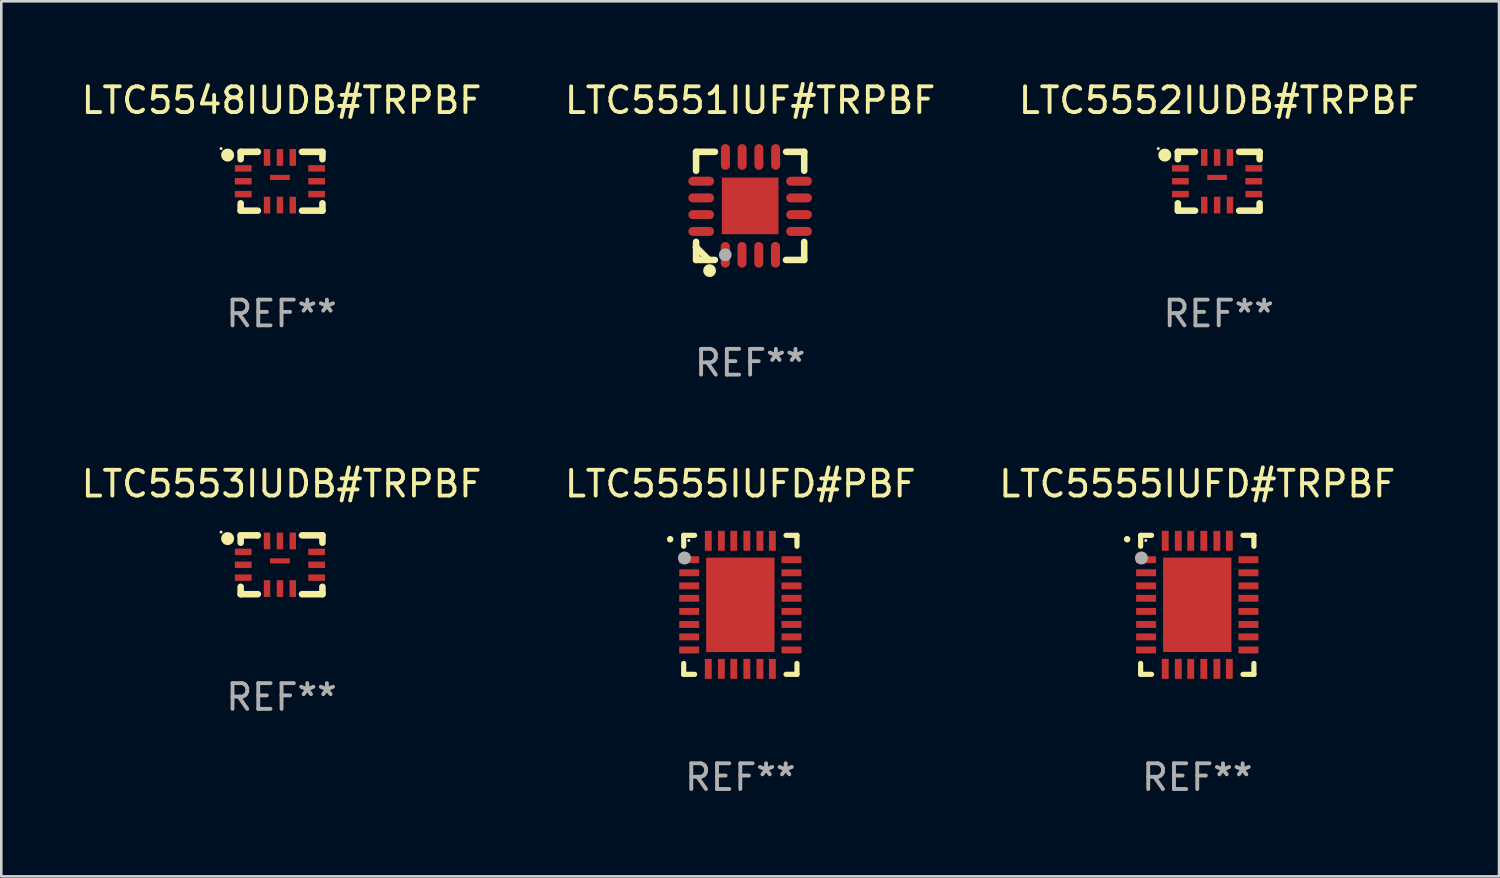
<source format=kicad_pcb>
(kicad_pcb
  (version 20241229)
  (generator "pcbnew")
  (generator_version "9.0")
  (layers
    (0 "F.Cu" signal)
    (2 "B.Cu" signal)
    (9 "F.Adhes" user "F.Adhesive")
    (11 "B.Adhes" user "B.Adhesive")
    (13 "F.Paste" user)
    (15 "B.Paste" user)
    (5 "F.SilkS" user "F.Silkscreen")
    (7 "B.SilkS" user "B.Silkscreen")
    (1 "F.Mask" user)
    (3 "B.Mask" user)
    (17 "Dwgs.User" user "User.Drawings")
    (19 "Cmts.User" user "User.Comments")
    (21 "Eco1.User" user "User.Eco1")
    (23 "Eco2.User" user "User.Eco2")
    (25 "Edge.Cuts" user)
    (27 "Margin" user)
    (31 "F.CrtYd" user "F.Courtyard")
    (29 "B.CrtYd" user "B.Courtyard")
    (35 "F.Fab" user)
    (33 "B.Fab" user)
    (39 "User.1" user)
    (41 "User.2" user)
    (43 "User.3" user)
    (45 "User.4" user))
  (footprint "LTC5555IUFD#TRPBF"
    (layer "F.Cu")
    (at 43.458 20.445)
    (property "Reference" "LTC5555IUFD#TRPBF" (at 0 -4.7 0) (layer "F.SilkS") (effects (font (size 1 1) (thickness 0.15))))
    (attr through_hole)
    (fp_line (start -2.2 -2.7) (end -1.775 -2.7) (stroke (width 0.201) (type solid)) (layer "F.SilkS"))
    (fp_line (start -2.2 -2.276) (end -2.2 -2.7) (stroke (width 0.201) (type solid)) (layer "F.SilkS"))
    (fp_line (start -2.2 2.276) (end -2.2 2.7) (stroke (width 0.201) (type solid)) (layer "F.SilkS"))
    (fp_line (start -2.2 2.7) (end -1.775 2.7) (stroke (width 0.201) (type solid)) (layer "F.SilkS"))
    (fp_line (start 1.775 -2.7) (end 2.2 -2.7) (stroke (width 0.201) (type solid)) (layer "F.SilkS"))
    (fp_line (start 1.775 2.7) (end 2.2 2.7) (stroke (width 0.201) (type solid)) (layer "F.SilkS"))
    (fp_line (start 2.2 -2.7) (end 2.2 -2.276) (stroke (width 0.201) (type solid)) (layer "F.SilkS"))
    (fp_line (start 2.2 2.7) (end 2.2 2.276) (stroke (width 0.201) (type solid)) (layer "F.SilkS"))
    (fp_arc (start -2.725425 -2.547625) (mid -2.725431 -2.548895) (end -2.725425 -2.550165) (stroke (width 0.24892) (type solid)) (layer "F.SilkS"))
    (fp_circle (center -2 -2.5) (end -1.97 -2.5) (stroke (width 0.06) (type solid)) (fill no) (layer "F.SilkS"))
    (fp_circle (center -2.17 -1.82) (end -2.043 -1.82) (stroke (width 0.254) (type solid)) (fill no) (layer "F.Fab"))
    (fp_text user "REF**" (at 0 6.7 0) (layer "F.Fab") (effects (font (size 1 1) (thickness 0.15))))
    (pad "1" smd rect (at -1.987 -1.753 90) (size 0.267 0.775) (layers "F.Cu" "F.Mask" "F.Paste"))
    (pad "2" smd rect (at -1.987 -1.245 90) (size 0.267 0.775) (layers "F.Cu" "F.Mask" "F.Paste"))
    (pad "3" smd rect (at -1.987 -0.737 90) (size 0.267 0.775) (layers "F.Cu" "F.Mask" "F.Paste"))
    (pad "4" smd rect (at -1.987 -0.254 90) (size 0.267 0.775) (layers "F.Cu" "F.Mask" "F.Paste"))
    (pad "5" smd rect (at -1.987 0.254 90) (size 0.267 0.775) (layers "F.Cu" "F.Mask" "F.Paste"))
    (pad "6" smd rect (at -1.987 0.762 90) (size 0.267 0.775) (layers "F.Cu" "F.Mask" "F.Paste"))
    (pad "7" smd rect (at -1.987 1.245 90) (size 0.267 0.775) (layers "F.Cu" "F.Mask" "F.Paste"))
    (pad "8" smd rect (at -1.987 1.753 90) (size 0.267 0.775) (layers "F.Cu" "F.Mask" "F.Paste"))
    (pad "9" smd rect (at -1.245 2.487) (size 0.267 0.775) (layers "F.Cu" "F.Mask" "F.Paste"))
    (pad "10" smd rect (at -0.737 2.487) (size 0.267 0.775) (layers "F.Cu" "F.Mask" "F.Paste"))
    (pad "11" smd rect (at -0.254 2.487) (size 0.267 0.775) (layers "F.Cu" "F.Mask" "F.Paste"))
    (pad "12" smd rect (at 0.254 2.487) (size 0.267 0.775) (layers "F.Cu" "F.Mask" "F.Paste"))
    (pad "13" smd rect (at 0.762 2.487) (size 0.267 0.775) (layers "F.Cu" "F.Mask" "F.Paste"))
    (pad "14" smd rect (at 1.245 2.487) (size 0.267 0.775) (layers "F.Cu" "F.Mask" "F.Paste"))
    (pad "15" smd rect (at 1.987 1.753 90) (size 0.267 0.775) (layers "F.Cu" "F.Mask" "F.Paste"))
    (pad "16" smd rect (at 1.987 1.245 90) (size 0.267 0.775) (layers "F.Cu" "F.Mask" "F.Paste"))
    (pad "17" smd rect (at 1.987 0.762 90) (size 0.267 0.775) (layers "F.Cu" "F.Mask" "F.Paste"))
    (pad "18" smd rect (at 1.987 0.254 90) (size 0.267 0.775) (layers "F.Cu" "F.Mask" "F.Paste"))
    (pad "19" smd rect (at 1.987 -0.254 90) (size 0.267 0.775) (layers "F.Cu" "F.Mask" "F.Paste"))
    (pad "20" smd rect (at 1.987 -0.737 90) (size 0.267 0.775) (layers "F.Cu" "F.Mask" "F.Paste"))
    (pad "21" smd rect (at 1.987 -1.245 90) (size 0.267 0.775) (layers "F.Cu" "F.Mask" "F.Paste"))
    (pad "22" smd rect (at 1.987 -1.753 90) (size 0.267 0.775) (layers "F.Cu" "F.Mask" "F.Paste"))
    (pad "23" smd rect (at 1.245 -2.487) (size 0.267 0.775) (layers "F.Cu" "F.Mask" "F.Paste"))
    (pad "24" smd rect (at 0.762 -2.487) (size 0.267 0.775) (layers "F.Cu" "F.Mask" "F.Paste"))
    (pad "25" smd rect (at 0.254 -2.487) (size 0.267 0.775) (layers "F.Cu" "F.Mask" "F.Paste"))
    (pad "26" smd rect (at -0.254 -2.487) (size 0.267 0.775) (layers "F.Cu" "F.Mask" "F.Paste"))
    (pad "27" smd rect (at -0.737 -2.487) (size 0.267 0.775) (layers "F.Cu" "F.Mask" "F.Paste"))
    (pad "28" smd rect (at -1.245 -2.487) (size 0.267 0.775) (layers "F.Cu" "F.Mask" "F.Paste"))
    (pad "29" smd rect (at 0.000102 -0.000051) (size 2.654 3.67) (layers "F.Cu" "F.Mask" "F.Paste")))
  (footprint "LTC5552IUDB#TRPBF"
    (layer "F.Cu")
    (at 44.292 3.991)
    (property "Reference" "LTC5552IUDB#TRPBF" (at 0 -3.143 0) (layer "F.SilkS") (effects (font (size 1 1) (thickness 0.15))))
    (attr through_hole)
    (fp_line (start -1.588 -1.143) (end -1.588 -0.856) (stroke (width 0.254) (type solid)) (layer "F.SilkS"))
    (fp_line (start -1.588 0.856) (end -1.588 1.143) (stroke (width 0.254) (type solid)) (layer "F.SilkS"))
    (fp_line (start -1.588 1.143) (end -0.92 1.143) (stroke (width 0.254) (type solid)) (layer "F.SilkS"))
    (fp_line (start -0.953 -1.143) (end -1.588 -1.143) (stroke (width 0.254) (type solid)) (layer "F.SilkS"))
    (fp_line (start -0.92 -1.143) (end -0.953 -1.143) (stroke (width 0.254) (type solid)) (layer "F.SilkS"))
    (fp_line (start 0.793 1.143) (end 1.588 1.143) (stroke (width 0.254) (type solid)) (layer "F.SilkS"))
    (fp_line (start 1.588 -1.143) (end 0.793 -1.143) (stroke (width 0.254) (type solid)) (layer "F.SilkS"))
    (fp_line (start 1.588 -0.856) (end 1.588 -1.143) (stroke (width 0.254) (type solid)) (layer "F.SilkS"))
    (fp_line (start 1.588 1.143) (end 1.588 0.856) (stroke (width 0.254) (type solid)) (layer "F.SilkS"))
    (fp_circle (center -2.349 -1.27) (end -2.319 -1.27) (stroke (width 0.06) (type solid)) (fill no) (layer "F.SilkS"))
    (fp_circle (center -2.095 -1.016) (end -1.968 -1.016) (stroke (width 0.254) (type solid)) (fill no) (layer "F.SilkS"))
    (fp_text user "REF**" (at 0 5.143 0) (layer "F.Fab") (effects (font (size 1 1) (thickness 0.15))))
    (pad "1" smd rect (at -1.489 -0.5 90) (size 0.25 0.65) (layers "F.Cu" "F.Mask" "F.Paste"))
    (pad "2" smd rect (at -1.489 0.000127 90) (size 0.25 0.65) (layers "F.Cu" "F.Mask" "F.Paste"))
    (pad "3" smd rect (at -1.489 0.5 90) (size 0.25 0.65) (layers "F.Cu" "F.Mask" "F.Paste"))
    (pad "4" smd rect (at -0.564 0.925 180) (size 0.25 0.65) (layers "F.Cu" "F.Mask" "F.Paste"))
    (pad "5" smd rect (at -0.063 0.925 180) (size 0.25 0.65) (layers "F.Cu" "F.Mask" "F.Paste"))
    (pad "6" smd rect (at 0.436 0.925 180) (size 0.25 0.65) (layers "F.Cu" "F.Mask" "F.Paste"))
    (pad "7" smd rect (at 1.362 0.5 270) (size 0.25 0.65) (layers "F.Cu" "F.Mask" "F.Paste"))
    (pad "8" smd rect (at 1.362 0.000127 270) (size 0.25 0.65) (layers "F.Cu" "F.Mask" "F.Paste"))
    (pad "9" smd rect (at 1.362 -0.5 270) (size 0.25 0.65) (layers "F.Cu" "F.Mask" "F.Paste"))
    (pad "10" smd rect (at 0.436 -0.925) (size 0.25 0.65) (layers "F.Cu" "F.Mask" "F.Paste"))
    (pad "11" smd rect (at -0.063 -0.925) (size 0.25 0.65) (layers "F.Cu" "F.Mask" "F.Paste"))
    (pad "12" smd rect (at -0.564 -0.925) (size 0.25 0.65) (layers "F.Cu" "F.Mask" "F.Paste"))
    (pad "13" smd rect (at -0.063 -0.15 90) (size 0.2 0.77) (layers "F.Cu" "F.Mask" "F.Paste")))
  (footprint "LTC5553IUDB#TRPBF"
    (layer "F.Cu")
    (at 7.887 18.888)
    (property "Reference" "LTC5553IUDB#TRPBF" (at 0 -3.143 0) (layer "F.SilkS") (effects (font (size 1 1) (thickness 0.15))))
    (attr through_hole)
    (fp_line (start -1.588 -1.143) (end -1.588 -0.856) (stroke (width 0.254) (type solid)) (layer "F.SilkS"))
    (fp_line (start -1.588 0.856) (end -1.588 1.143) (stroke (width 0.254) (type solid)) (layer "F.SilkS"))
    (fp_line (start -1.588 1.143) (end -0.92 1.143) (stroke (width 0.254) (type solid)) (layer "F.SilkS"))
    (fp_line (start -0.953 -1.143) (end -1.588 -1.143) (stroke (width 0.254) (type solid)) (layer "F.SilkS"))
    (fp_line (start -0.92 -1.143) (end -0.953 -1.143) (stroke (width 0.254) (type solid)) (layer "F.SilkS"))
    (fp_line (start 0.793 1.143) (end 1.588 1.143) (stroke (width 0.254) (type solid)) (layer "F.SilkS"))
    (fp_line (start 1.588 -1.143) (end 0.793 -1.143) (stroke (width 0.254) (type solid)) (layer "F.SilkS"))
    (fp_line (start 1.588 -0.856) (end 1.588 -1.143) (stroke (width 0.254) (type solid)) (layer "F.SilkS"))
    (fp_line (start 1.588 1.143) (end 1.588 0.856) (stroke (width 0.254) (type solid)) (layer "F.SilkS"))
    (fp_circle (center -2.349 -1.27) (end -2.319 -1.27) (stroke (width 0.06) (type solid)) (fill no) (layer "F.SilkS"))
    (fp_circle (center -2.095 -1.016) (end -1.968 -1.016) (stroke (width 0.254) (type solid)) (fill no) (layer "F.SilkS"))
    (fp_text user "REF**" (at 0 5.143 0) (layer "F.Fab") (effects (font (size 1 1) (thickness 0.15))))
    (pad "1" smd rect (at -1.489 -0.5 90) (size 0.25 0.65) (layers "F.Cu" "F.Mask" "F.Paste"))
    (pad "2" smd rect (at -1.489 0.000127 90) (size 0.25 0.65) (layers "F.Cu" "F.Mask" "F.Paste"))
    (pad "3" smd rect (at -1.489 0.5 90) (size 0.25 0.65) (layers "F.Cu" "F.Mask" "F.Paste"))
    (pad "4" smd rect (at -0.564 0.925 180) (size 0.25 0.65) (layers "F.Cu" "F.Mask" "F.Paste"))
    (pad "5" smd rect (at -0.063 0.925 180) (size 0.25 0.65) (layers "F.Cu" "F.Mask" "F.Paste"))
    (pad "6" smd rect (at 0.436 0.925 180) (size 0.25 0.65) (layers "F.Cu" "F.Mask" "F.Paste"))
    (pad "7" smd rect (at 1.362 0.5 270) (size 0.25 0.65) (layers "F.Cu" "F.Mask" "F.Paste"))
    (pad "8" smd rect (at 1.362 0.000127 270) (size 0.25 0.65) (layers "F.Cu" "F.Mask" "F.Paste"))
    (pad "9" smd rect (at 1.362 -0.5 270) (size 0.25 0.65) (layers "F.Cu" "F.Mask" "F.Paste"))
    (pad "10" smd rect (at 0.436 -0.925) (size 0.25 0.65) (layers "F.Cu" "F.Mask" "F.Paste"))
    (pad "11" smd rect (at -0.063 -0.925) (size 0.25 0.65) (layers "F.Cu" "F.Mask" "F.Paste"))
    (pad "12" smd rect (at -0.564 -0.925) (size 0.25 0.65) (layers "F.Cu" "F.Mask" "F.Paste"))
    (pad "13" smd rect (at -0.063 -0.15 90) (size 0.2 0.77) (layers "F.Cu" "F.Mask" "F.Paste")))
  (footprint "LTC5555IUFD#PBF"
    (layer "F.Cu")
    (at 25.708 20.445)
    (property "Reference" "LTC5555IUFD#PBF" (at 0 -4.7 0) (layer "F.SilkS") (effects (font (size 1 1) (thickness 0.15))))
    (attr through_hole)
    (fp_line (start -2.2 -2.7) (end -1.775 -2.7) (stroke (width 0.201) (type solid)) (layer "F.SilkS"))
    (fp_line (start -2.2 -2.276) (end -2.2 -2.7) (stroke (width 0.201) (type solid)) (layer "F.SilkS"))
    (fp_line (start -2.2 2.276) (end -2.2 2.7) (stroke (width 0.201) (type solid)) (layer "F.SilkS"))
    (fp_line (start -2.2 2.7) (end -1.775 2.7) (stroke (width 0.201) (type solid)) (layer "F.SilkS"))
    (fp_line (start 1.775 -2.7) (end 2.2 -2.7) (stroke (width 0.201) (type solid)) (layer "F.SilkS"))
    (fp_line (start 1.775 2.7) (end 2.2 2.7) (stroke (width 0.201) (type solid)) (layer "F.SilkS"))
    (fp_line (start 2.2 -2.7) (end 2.2 -2.276) (stroke (width 0.201) (type solid)) (layer "F.SilkS"))
    (fp_line (start 2.2 2.7) (end 2.2 2.276) (stroke (width 0.201) (type solid)) (layer "F.SilkS"))
    (fp_arc (start -2.725425 -2.547625) (mid -2.725431 -2.548895) (end -2.725425 -2.550165) (stroke (width 0.24892) (type solid)) (layer "F.SilkS"))
    (fp_circle (center -2 -2.5) (end -1.97 -2.5) (stroke (width 0.06) (type solid)) (fill no) (layer "F.SilkS"))
    (fp_circle (center -2.17 -1.82) (end -2.043 -1.82) (stroke (width 0.254) (type solid)) (fill no) (layer "F.Fab"))
    (fp_text user "REF**" (at 0 6.7 0) (layer "F.Fab") (effects (font (size 1 1) (thickness 0.15))))
    (pad "1" smd rect (at -1.987 -1.753 90) (size 0.267 0.775) (layers "F.Cu" "F.Mask" "F.Paste"))
    (pad "2" smd rect (at -1.987 -1.245 90) (size 0.267 0.775) (layers "F.Cu" "F.Mask" "F.Paste"))
    (pad "3" smd rect (at -1.987 -0.737 90) (size 0.267 0.775) (layers "F.Cu" "F.Mask" "F.Paste"))
    (pad "4" smd rect (at -1.987 -0.254 90) (size 0.267 0.775) (layers "F.Cu" "F.Mask" "F.Paste"))
    (pad "5" smd rect (at -1.987 0.254 90) (size 0.267 0.775) (layers "F.Cu" "F.Mask" "F.Paste"))
    (pad "6" smd rect (at -1.987 0.762 90) (size 0.267 0.775) (layers "F.Cu" "F.Mask" "F.Paste"))
    (pad "7" smd rect (at -1.987 1.245 90) (size 0.267 0.775) (layers "F.Cu" "F.Mask" "F.Paste"))
    (pad "8" smd rect (at -1.987 1.753 90) (size 0.267 0.775) (layers "F.Cu" "F.Mask" "F.Paste"))
    (pad "9" smd rect (at -1.245 2.487) (size 0.267 0.775) (layers "F.Cu" "F.Mask" "F.Paste"))
    (pad "10" smd rect (at -0.737 2.487) (size 0.267 0.775) (layers "F.Cu" "F.Mask" "F.Paste"))
    (pad "11" smd rect (at -0.254 2.487) (size 0.267 0.775) (layers "F.Cu" "F.Mask" "F.Paste"))
    (pad "12" smd rect (at 0.254 2.487) (size 0.267 0.775) (layers "F.Cu" "F.Mask" "F.Paste"))
    (pad "13" smd rect (at 0.762 2.487) (size 0.267 0.775) (layers "F.Cu" "F.Mask" "F.Paste"))
    (pad "14" smd rect (at 1.245 2.487) (size 0.267 0.775) (layers "F.Cu" "F.Mask" "F.Paste"))
    (pad "15" smd rect (at 1.987 1.753 90) (size 0.267 0.775) (layers "F.Cu" "F.Mask" "F.Paste"))
    (pad "16" smd rect (at 1.987 1.245 90) (size 0.267 0.775) (layers "F.Cu" "F.Mask" "F.Paste"))
    (pad "17" smd rect (at 1.987 0.762 90) (size 0.267 0.775) (layers "F.Cu" "F.Mask" "F.Paste"))
    (pad "18" smd rect (at 1.987 0.254 90) (size 0.267 0.775) (layers "F.Cu" "F.Mask" "F.Paste"))
    (pad "19" smd rect (at 1.987 -0.254 90) (size 0.267 0.775) (layers "F.Cu" "F.Mask" "F.Paste"))
    (pad "20" smd rect (at 1.987 -0.737 90) (size 0.267 0.775) (layers "F.Cu" "F.Mask" "F.Paste"))
    (pad "21" smd rect (at 1.987 -1.245 90) (size 0.267 0.775) (layers "F.Cu" "F.Mask" "F.Paste"))
    (pad "22" smd rect (at 1.987 -1.753 90) (size 0.267 0.775) (layers "F.Cu" "F.Mask" "F.Paste"))
    (pad "23" smd rect (at 1.245 -2.487) (size 0.267 0.775) (layers "F.Cu" "F.Mask" "F.Paste"))
    (pad "24" smd rect (at 0.762 -2.487) (size 0.267 0.775) (layers "F.Cu" "F.Mask" "F.Paste"))
    (pad "25" smd rect (at 0.254 -2.487) (size 0.267 0.775) (layers "F.Cu" "F.Mask" "F.Paste"))
    (pad "26" smd rect (at -0.254 -2.487) (size 0.267 0.775) (layers "F.Cu" "F.Mask" "F.Paste"))
    (pad "27" smd rect (at -0.737 -2.487) (size 0.267 0.775) (layers "F.Cu" "F.Mask" "F.Paste"))
    (pad "28" smd rect (at -1.245 -2.487) (size 0.267 0.775) (layers "F.Cu" "F.Mask" "F.Paste"))
    (pad "29" smd rect (at 0.000102 -0.000051) (size 2.654 3.67) (layers "F.Cu" "F.Mask" "F.Paste")))
  (footprint "LTC5551IUF#TRPBF"
    (layer "F.Cu")
    (at 26.089 4.948)
    (property "Reference" "LTC5551IUF#TRPBF" (at 0 -4.1 0) (layer "F.SilkS") (effects (font (size 1 1) (thickness 0.15))))
    (attr through_hole)
    (fp_line (start -2.1 -2.1) (end -1.366 -2.1) (stroke (width 0.254) (type solid)) (layer "F.SilkS"))
    (fp_line (start -2.1 -1.366) (end -2.1 -2.1) (stroke (width 0.254) (type solid)) (layer "F.SilkS"))
    (fp_line (start -2.1 1.572) (end -2.1 1.607) (stroke (width 0.254) (type solid)) (layer "F.SilkS"))
    (fp_line (start -2.1 1.607) (end -1.607 2.1) (stroke (width 0.254) (type solid)) (layer "F.SilkS"))
    (fp_line (start -2.1 2.1) (end -2.1 1.397) (stroke (width 0.254) (type solid)) (layer "F.SilkS"))
    (fp_line (start -2.1 2.1) (end -1.371 2.1) (stroke (width 0.254) (type solid)) (layer "F.SilkS"))
    (fp_line (start 1.392 2.1) (end 2.1 2.1) (stroke (width 0.254) (type solid)) (layer "F.SilkS"))
    (fp_line (start 1.397 -2.1) (end 2.1 -2.1) (stroke (width 0.254) (type solid)) (layer "F.SilkS"))
    (fp_line (start 2.1 -1.366) (end 2.1 -2.1) (stroke (width 0.254) (type solid)) (layer "F.SilkS"))
    (fp_line (start 2.1 2.1) (end 2.1 1.397) (stroke (width 0.254) (type solid)) (layer "F.SilkS"))
    (fp_circle (center -2 2) (end -1.97 2) (stroke (width 0.06) (type solid)) (fill no) (layer "F.SilkS"))
    (fp_circle (center -1.575 2.515) (end -1.45 2.515) (stroke (width 0.25) (type solid)) (fill no) (layer "F.SilkS"))
    (fp_circle (center -0.965 1.9) (end -0.84 1.9) (stroke (width 0.25) (type solid)) (fill no) (layer "F.Fab"))
    (fp_text user "REF**" (at 0 6.1 0) (layer "F.Fab") (effects (font (size 1 1) (thickness 0.15))))
    (pad "1" smd oval (at -0.965 1.9) (size 0.35 1) (layers "F.Cu" "F.Mask" "F.Paste"))
    (pad "2" smd oval (at -0.315 1.9) (size 0.35 1) (layers "F.Cu" "F.Mask" "F.Paste"))
    (pad "3" smd oval (at 0.335 1.9) (size 0.35 1) (layers "F.Cu" "F.Mask" "F.Paste"))
    (pad "4" smd oval (at 0.986 1.9) (size 0.35 1) (layers "F.Cu" "F.Mask" "F.Paste"))
    (pad "5" smd oval (at 1.9 0.991) (size 1 0.35) (layers "F.Cu" "F.Mask" "F.Paste"))
    (pad "6" smd oval (at 1.9 0.34) (size 1 0.35) (layers "F.Cu" "F.Mask" "F.Paste"))
    (pad "7" smd oval (at 1.9 -0.31) (size 1 0.35) (layers "F.Cu" "F.Mask" "F.Paste"))
    (pad "8" smd oval (at 1.9 -0.96) (size 1 0.35) (layers "F.Cu" "F.Mask" "F.Paste"))
    (pad "9" smd oval (at 0.991 -1.9) (size 0.35 1) (layers "F.Cu" "F.Mask" "F.Paste"))
    (pad "10" smd oval (at 0.34 -1.9) (size 0.35 1) (layers "F.Cu" "F.Mask" "F.Paste"))
    (pad "11" smd oval (at -0.31 -1.9) (size 0.35 1) (layers "F.Cu" "F.Mask" "F.Paste"))
    (pad "12" smd oval (at -0.96 -1.9) (size 0.35 1) (layers "F.Cu" "F.Mask" "F.Paste"))
    (pad "13" smd oval (at -1.9 -0.96) (size 1 0.35) (layers "F.Cu" "F.Mask" "F.Paste"))
    (pad "14" smd oval (at -1.9 -0.31) (size 1 0.35) (layers "F.Cu" "F.Mask" "F.Paste"))
    (pad "15" smd oval (at -1.9 0.34) (size 1 0.35) (layers "F.Cu" "F.Mask" "F.Paste"))
    (pad "16" smd oval (at -1.9 0.991) (size 1 0.35) (layers "F.Cu" "F.Mask" "F.Paste"))
    (pad "17" smd rect (at 0 0) (size 2.2 2.2) (layers "F.Cu" "F.Mask" "F.Paste")))
  (footprint "LTC5548IUDB#TRPBF"
    (layer "F.Cu")
    (at 7.887 3.991)
    (property "Reference" "LTC5548IUDB#TRPBF" (at 0 -3.143 0) (layer "F.SilkS") (effects (font (size 1 1) (thickness 0.15))))
    (attr through_hole)
    (fp_line (start -1.588 -1.143) (end -1.588 -0.856) (stroke (width 0.254) (type solid)) (layer "F.SilkS"))
    (fp_line (start -1.588 0.856) (end -1.588 1.143) (stroke (width 0.254) (type solid)) (layer "F.SilkS"))
    (fp_line (start -1.588 1.143) (end -0.92 1.143) (stroke (width 0.254) (type solid)) (layer "F.SilkS"))
    (fp_line (start -0.953 -1.143) (end -1.588 -1.143) (stroke (width 0.254) (type solid)) (layer "F.SilkS"))
    (fp_line (start -0.92 -1.143) (end -0.953 -1.143) (stroke (width 0.254) (type solid)) (layer "F.SilkS"))
    (fp_line (start 0.793 1.143) (end 1.588 1.143) (stroke (width 0.254) (type solid)) (layer "F.SilkS"))
    (fp_line (start 1.588 -1.143) (end 0.793 -1.143) (stroke (width 0.254) (type solid)) (layer "F.SilkS"))
    (fp_line (start 1.588 -0.856) (end 1.588 -1.143) (stroke (width 0.254) (type solid)) (layer "F.SilkS"))
    (fp_line (start 1.588 1.143) (end 1.588 0.856) (stroke (width 0.254) (type solid)) (layer "F.SilkS"))
    (fp_circle (center -2.349 -1.27) (end -2.319 -1.27) (stroke (width 0.06) (type solid)) (fill no) (layer "F.SilkS"))
    (fp_circle (center -2.095 -1.016) (end -1.968 -1.016) (stroke (width 0.254) (type solid)) (fill no) (layer "F.SilkS"))
    (fp_text user "REF**" (at 0 5.143 0) (layer "F.Fab") (effects (font (size 1 1) (thickness 0.15))))
    (pad "1" smd rect (at -1.489 -0.5 90) (size 0.25 0.65) (layers "F.Cu" "F.Mask" "F.Paste"))
    (pad "2" smd rect (at -1.489 0.000127 90) (size 0.25 0.65) (layers "F.Cu" "F.Mask" "F.Paste"))
    (pad "3" smd rect (at -1.489 0.5 90) (size 0.25 0.65) (layers "F.Cu" "F.Mask" "F.Paste"))
    (pad "4" smd rect (at -0.564 0.925 180) (size 0.25 0.65) (layers "F.Cu" "F.Mask" "F.Paste"))
    (pad "5" smd rect (at -0.063 0.925 180) (size 0.25 0.65) (layers "F.Cu" "F.Mask" "F.Paste"))
    (pad "6" smd rect (at 0.436 0.925 180) (size 0.25 0.65) (layers "F.Cu" "F.Mask" "F.Paste"))
    (pad "7" smd rect (at 1.362 0.5 270) (size 0.25 0.65) (layers "F.Cu" "F.Mask" "F.Paste"))
    (pad "8" smd rect (at 1.362 0.000127 270) (size 0.25 0.65) (layers "F.Cu" "F.Mask" "F.Paste"))
    (pad "9" smd rect (at 1.362 -0.5 270) (size 0.25 0.65) (layers "F.Cu" "F.Mask" "F.Paste"))
    (pad "10" smd rect (at 0.436 -0.925) (size 0.25 0.65) (layers "F.Cu" "F.Mask" "F.Paste"))
    (pad "11" smd rect (at -0.063 -0.925) (size 0.25 0.65) (layers "F.Cu" "F.Mask" "F.Paste"))
    (pad "12" smd rect (at -0.564 -0.925) (size 0.25 0.65) (layers "F.Cu" "F.Mask" "F.Paste"))
    (pad "13" smd rect (at -0.063 -0.15 90) (size 0.2 0.77) (layers "F.Cu" "F.Mask" "F.Paste")))
  (gr_rect
    (start -3 -3)
    (end 55.179 30.993)
    (stroke (width 0.1) (type default))
    (fill no)
    (layer "Edge.Cuts")))
</source>
